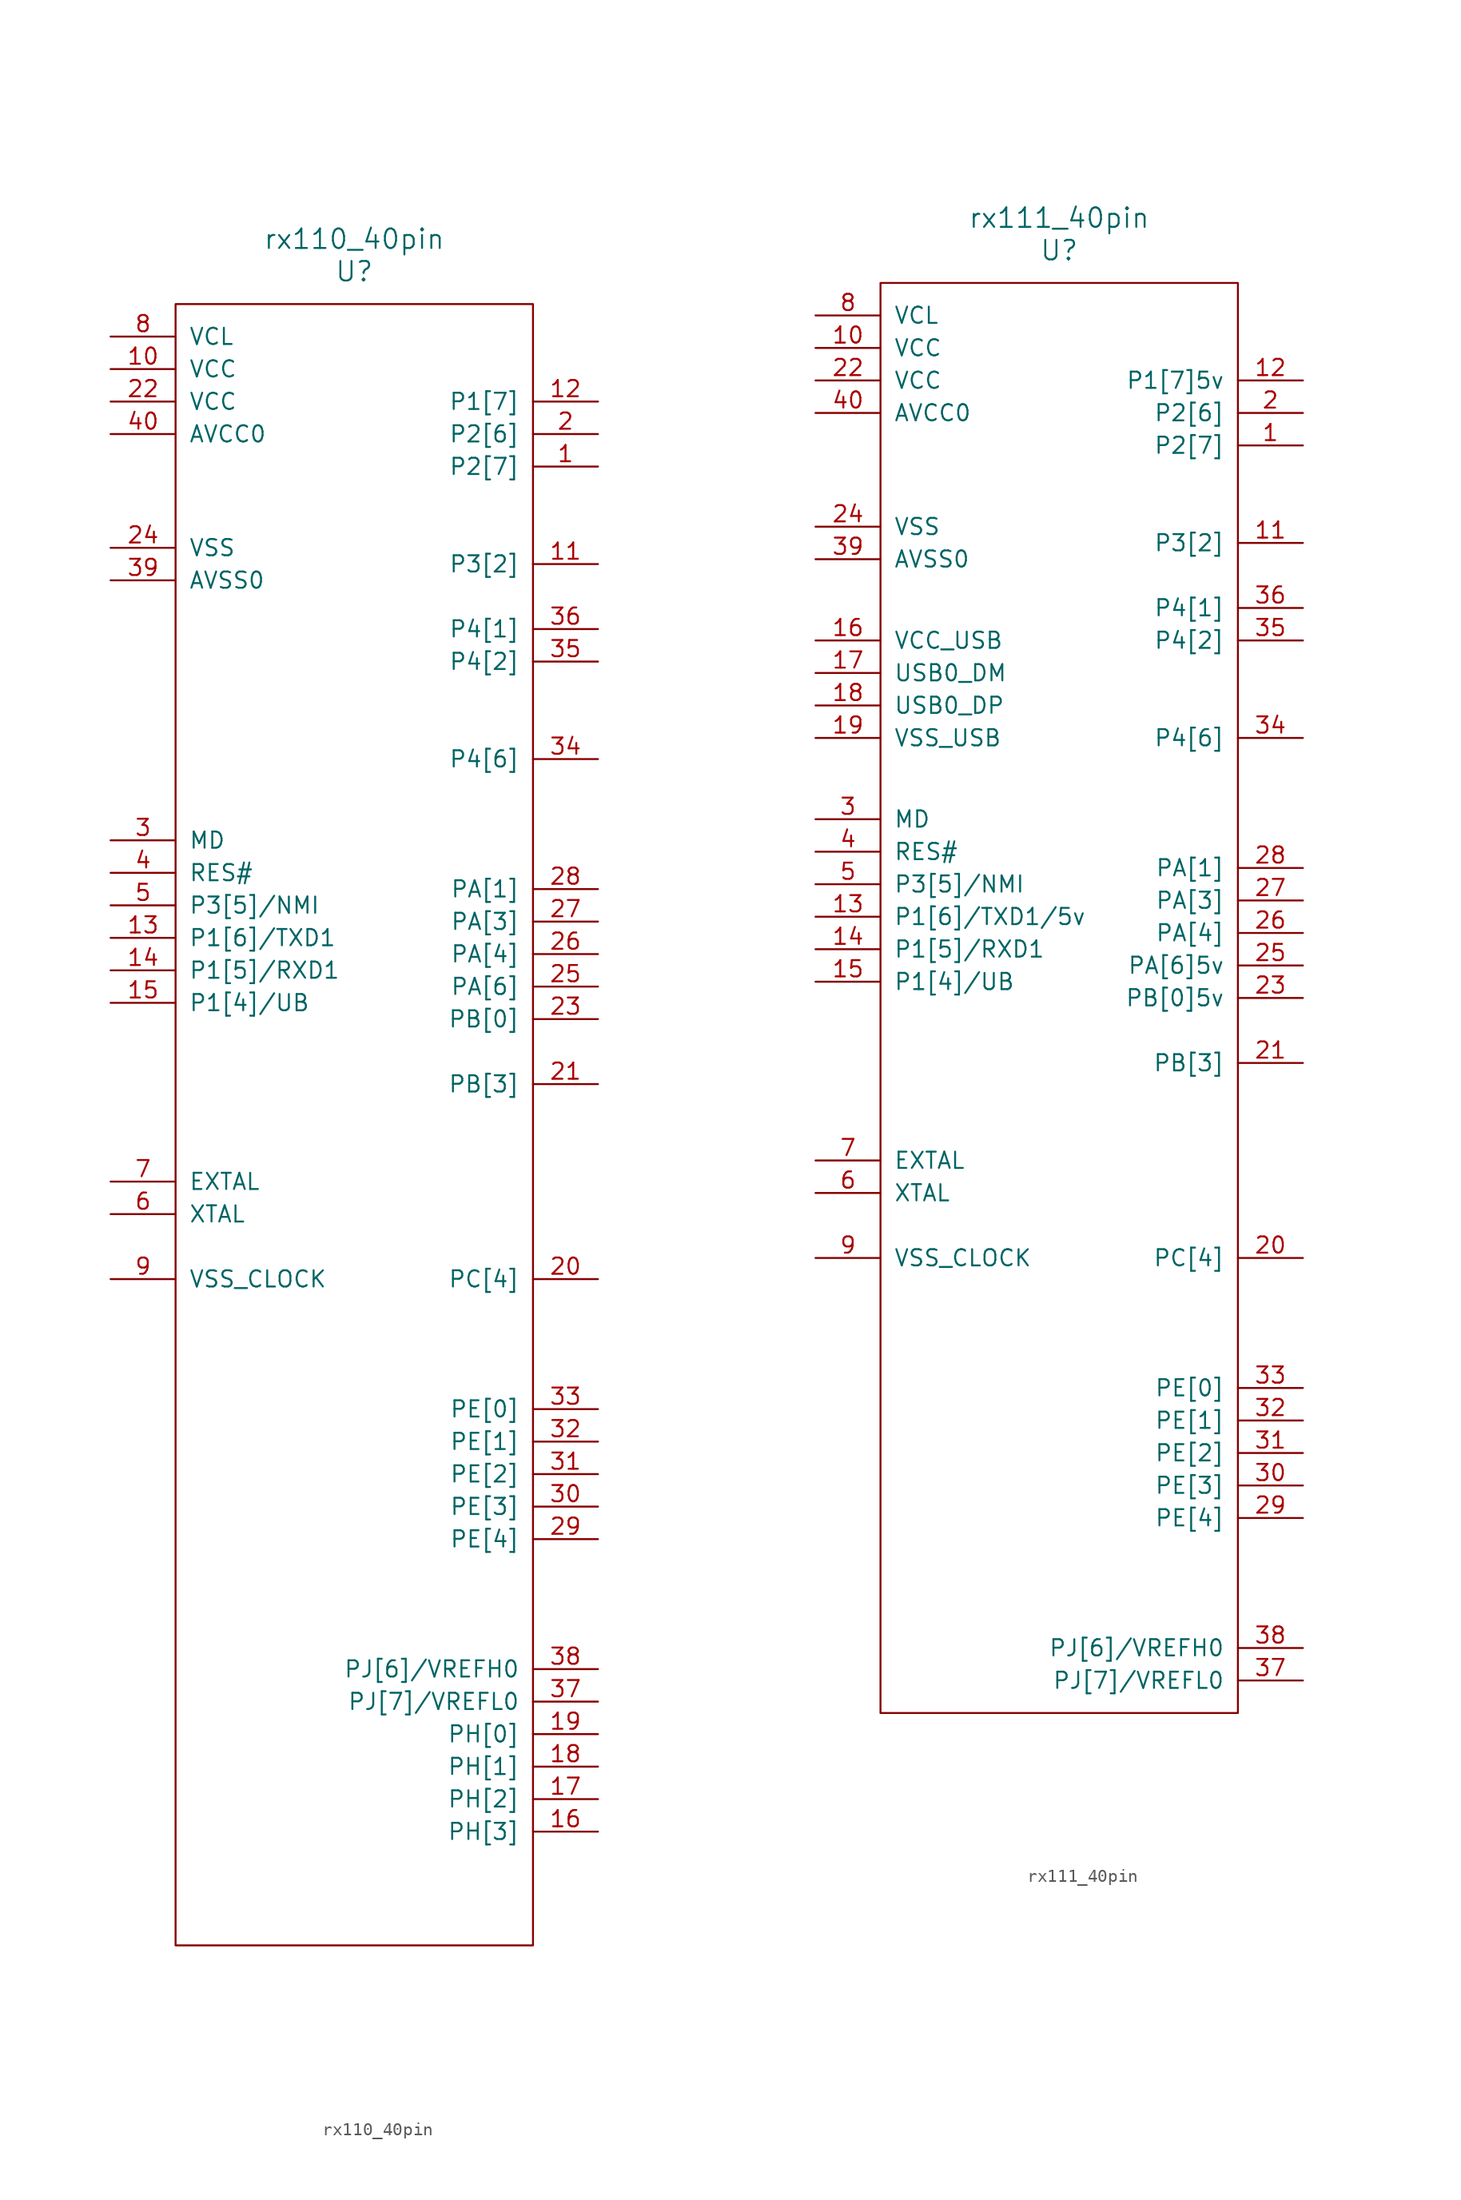
<source format=kicad_sym>
(kicad_symbol_lib
  (version 20211014)
  (generator kicad_symbol_editor)
  (symbol "rx110_40pin"
    (pin_names
      (offset 1.016))
    (property "Reference" "U"
      (at 0 38.1 0)
      (effects (font (size 1.524 1.524))))
    (property "Value" "rx110_40pin"
      (at 0 40.64 0)
      (effects (font (size 1.524 1.524))))
    (property "Footprint" ""
      (at 22.86 34.29 0)
      (effects (font (size 1.524 1.524))))
    (property "Datasheet" ""
      (at 22.86 34.29 0)
      (effects (font (size 1.524 1.524))))
    (symbol "rx110_40pin_0_1"
      (rectangle (start -13.97 35.56) (end 13.97 -92.71) (stroke (width 0) (type default) (color 0 0 0 0)) (fill (type none))))
    (symbol "rx110_40pin_1_1"
      (pin input line (at 19.05 22.86 180) (length 5.08) (name "P2[7]" (effects (font (size 1.27 1.27)))) (number "1" (effects (font (size 1.27 1.27)))))
      (pin input line (at -19.05 30.48 0) (length 5.08) (name "VCC" (effects (font (size 1.27 1.27)))) (number "10" (effects (font (size 1.27 1.27)))))
      (pin input line (at 19.05 15.24 180) (length 5.08) (name "P3[2]" (effects (font (size 1.27 1.27)))) (number "11" (effects (font (size 1.27 1.27)))))
      (pin input line (at 19.05 27.94 180) (length 5.08) (name "P1[7]" (effects (font (size 1.27 1.27)))) (number "12" (effects (font (size 1.27 1.27)))))
      (pin input line (at -19.05 -13.97 0) (length 5.08) (name "P1[6]/TXD1" (effects (font (size 1.27 1.27)))) (number "13" (effects (font (size 1.27 1.27)))))
      (pin input line (at -19.05 -16.51 0) (length 5.08) (name "P1[5]/RXD1" (effects (font (size 1.27 1.27)))) (number "14" (effects (font (size 1.27 1.27)))))
      (pin input line (at -19.05 -19.05 0) (length 5.08) (name "P1[4]/UB" (effects (font (size 1.27 1.27)))) (number "15" (effects (font (size 1.27 1.27)))))
      (pin input line (at 19.05 -83.82 180) (length 5.08) (name "PH[3]" (effects (font (size 1.27 1.27)))) (number "16" (effects (font (size 1.27 1.27)))))
      (pin input line (at 19.05 -81.28 180) (length 5.08) (name "PH[2]" (effects (font (size 1.27 1.27)))) (number "17" (effects (font (size 1.27 1.27)))))
      (pin input line (at 19.05 -78.74 180) (length 5.08) (name "PH[1]" (effects (font (size 1.27 1.27)))) (number "18" (effects (font (size 1.27 1.27)))))
      (pin input line (at 19.05 -76.2 180) (length 5.08) (name "PH[0]" (effects (font (size 1.27 1.27)))) (number "19" (effects (font (size 1.27 1.27)))))
      (pin input line (at 19.05 25.4 180) (length 5.08) (name "P2[6]" (effects (font (size 1.27 1.27)))) (number "2" (effects (font (size 1.27 1.27)))))
      (pin input line (at 19.05 -40.64 180) (length 5.08) (name "PC[4]" (effects (font (size 1.27 1.27)))) (number "20" (effects (font (size 1.27 1.27)))))
      (pin input line (at 19.05 -25.4 180) (length 5.08) (name "PB[3]" (effects (font (size 1.27 1.27)))) (number "21" (effects (font (size 1.27 1.27)))))
      (pin input line (at -19.05 27.94 0) (length 5.08) (name "VCC" (effects (font (size 1.27 1.27)))) (number "22" (effects (font (size 1.27 1.27)))))
      (pin input line (at 19.05 -20.32 180) (length 5.08) (name "PB[0]" (effects (font (size 1.27 1.27)))) (number "23" (effects (font (size 1.27 1.27)))))
      (pin input line (at -19.05 16.51 0) (length 5.08) (name "VSS" (effects (font (size 1.27 1.27)))) (number "24" (effects (font (size 1.27 1.27)))))
      (pin input line (at 19.05 -17.78 180) (length 5.08) (name "PA[6]" (effects (font (size 1.27 1.27)))) (number "25" (effects (font (size 1.27 1.27)))))
      (pin input line (at 19.05 -15.24 180) (length 5.08) (name "PA[4]" (effects (font (size 1.27 1.27)))) (number "26" (effects (font (size 1.27 1.27)))))
      (pin input line (at 19.05 -12.7 180) (length 5.08) (name "PA[3]" (effects (font (size 1.27 1.27)))) (number "27" (effects (font (size 1.27 1.27)))))
      (pin input line (at 19.05 -10.16 180) (length 5.08) (name "PA[1]" (effects (font (size 1.27 1.27)))) (number "28" (effects (font (size 1.27 1.27)))))
      (pin input line (at 19.05 -60.96 180) (length 5.08) (name "PE[4]" (effects (font (size 1.27 1.27)))) (number "29" (effects (font (size 1.27 1.27)))))
      (pin input line (at -19.05 -6.35 0) (length 5.08) (name "MD" (effects (font (size 1.27 1.27)))) (number "3" (effects (font (size 1.27 1.27)))))
      (pin input line (at 19.05 -58.42 180) (length 5.08) (name "PE[3]" (effects (font (size 1.27 1.27)))) (number "30" (effects (font (size 1.27 1.27)))))
      (pin input line (at 19.05 -55.88 180) (length 5.08) (name "PE[2]" (effects (font (size 1.27 1.27)))) (number "31" (effects (font (size 1.27 1.27)))))
      (pin input line (at 19.05 -53.34 180) (length 5.08) (name "PE[1]" (effects (font (size 1.27 1.27)))) (number "32" (effects (font (size 1.27 1.27)))))
      (pin input line (at 19.05 -50.8 180) (length 5.08) (name "PE[0]" (effects (font (size 1.27 1.27)))) (number "33" (effects (font (size 1.27 1.27)))))
      (pin input line (at 19.05 0 180) (length 5.08) (name "P4[6]" (effects (font (size 1.27 1.27)))) (number "34" (effects (font (size 1.27 1.27)))))
      (pin input line (at 19.05 7.62 180) (length 5.08) (name "P4[2]" (effects (font (size 1.27 1.27)))) (number "35" (effects (font (size 1.27 1.27)))))
      (pin input line (at 19.05 10.16 180) (length 5.08) (name "P4[1]" (effects (font (size 1.27 1.27)))) (number "36" (effects (font (size 1.27 1.27)))))
      (pin input line (at 19.05 -73.66 180) (length 5.08) (name "PJ[7]/VREFL0" (effects (font (size 1.27 1.27)))) (number "37" (effects (font (size 1.27 1.27)))))
      (pin input line (at 19.05 -71.12 180) (length 5.08) (name "PJ[6]/VREFH0" (effects (font (size 1.27 1.27)))) (number "38" (effects (font (size 1.27 1.27)))))
      (pin input line (at -19.05 13.97 0) (length 5.08) (name "AVSS0" (effects (font (size 1.27 1.27)))) (number "39" (effects (font (size 1.27 1.27)))))
      (pin input line (at -19.05 -8.89 0) (length 5.08) (name "RES#" (effects (font (size 1.27 1.27)))) (number "4" (effects (font (size 1.27 1.27)))))
      (pin input line (at -19.05 25.4 0) (length 5.08) (name "AVCC0" (effects (font (size 1.27 1.27)))) (number "40" (effects (font (size 1.27 1.27)))))
      (pin input line (at -19.05 -11.43 0) (length 5.08) (name "P3[5]/NMI" (effects (font (size 1.27 1.27)))) (number "5" (effects (font (size 1.27 1.27)))))
      (pin input line (at -19.05 -35.56 0) (length 5.08) (name "XTAL" (effects (font (size 1.27 1.27)))) (number "6" (effects (font (size 1.27 1.27)))))
      (pin input line (at -19.05 -33.02 0) (length 5.08) (name "EXTAL" (effects (font (size 1.27 1.27)))) (number "7" (effects (font (size 1.27 1.27)))))
      (pin input line (at -19.05 33.02 0) (length 5.08) (name "VCL" (effects (font (size 1.27 1.27)))) (number "8" (effects (font (size 1.27 1.27)))))
      (pin input line (at -19.05 -40.64 0) (length 5.08) (name "VSS_CLOCK" (effects (font (size 1.27 1.27)))) (number "9" (effects (font (size 1.27 1.27)))))))
  (symbol "rx111_40pin"
    (pin_names
      (offset 1.016))
    (property "Reference" "U"
      (at 0 38.1 0)
      (effects (font (size 1.524 1.524))))
    (property "Value" "rx111_40pin"
      (at 0 40.64 0)
      (effects (font (size 1.524 1.524))))
    (property "Footprint" ""
      (at 22.86 34.29 0)
      (effects (font (size 1.524 1.524))))
    (property "Datasheet" ""
      (at 22.86 34.29 0)
      (effects (font (size 1.524 1.524))))
    (symbol "rx111_40pin_0_1"
      (rectangle (start -13.97 35.56) (end 13.97 -76.2) (stroke (width 0) (type default) (color 0 0 0 0)) (fill (type none))))
    (symbol "rx111_40pin_1_1"
      (pin input line (at 19.05 22.86 180) (length 5.08) (name "P2[7]" (effects (font (size 1.27 1.27)))) (number "1" (effects (font (size 1.27 1.27)))))
      (pin input line (at -19.05 30.48 0) (length 5.08) (name "VCC" (effects (font (size 1.27 1.27)))) (number "10" (effects (font (size 1.27 1.27)))))
      (pin input line (at 19.05 15.24 180) (length 5.08) (name "P3[2]" (effects (font (size 1.27 1.27)))) (number "11" (effects (font (size 1.27 1.27)))))
      (pin input line (at 19.05 27.94 180) (length 5.08) (name "P1[7]5v" (effects (font (size 1.27 1.27)))) (number "12" (effects (font (size 1.27 1.27)))))
      (pin input line (at -19.05 -13.97 0) (length 5.08) (name "P1[6]/TXD1/5v" (effects (font (size 1.27 1.27)))) (number "13" (effects (font (size 1.27 1.27)))))
      (pin input line (at -19.05 -16.51 0) (length 5.08) (name "P1[5]/RXD1" (effects (font (size 1.27 1.27)))) (number "14" (effects (font (size 1.27 1.27)))))
      (pin input line (at -19.05 -19.05 0) (length 5.08) (name "P1[4]/UB" (effects (font (size 1.27 1.27)))) (number "15" (effects (font (size 1.27 1.27)))))
      (pin input line (at -19.05 7.62 0) (length 5.08) (name "VCC_USB" (effects (font (size 1.27 1.27)))) (number "16" (effects (font (size 1.27 1.27)))))
      (pin input line (at -19.05 5.08 0) (length 5.08) (name "USB0_DM" (effects (font (size 1.27 1.27)))) (number "17" (effects (font (size 1.27 1.27)))))
      (pin input line (at -19.05 2.54 0) (length 5.08) (name "USB0_DP" (effects (font (size 1.27 1.27)))) (number "18" (effects (font (size 1.27 1.27)))))
      (pin input line (at -19.05 0 0) (length 5.08) (name "VSS_USB" (effects (font (size 1.27 1.27)))) (number "19" (effects (font (size 1.27 1.27)))))
      (pin input line (at 19.05 25.4 180) (length 5.08) (name "P2[6]" (effects (font (size 1.27 1.27)))) (number "2" (effects (font (size 1.27 1.27)))))
      (pin input line (at 19.05 -40.64 180) (length 5.08) (name "PC[4]" (effects (font (size 1.27 1.27)))) (number "20" (effects (font (size 1.27 1.27)))))
      (pin input line (at 19.05 -25.4 180) (length 5.08) (name "PB[3]" (effects (font (size 1.27 1.27)))) (number "21" (effects (font (size 1.27 1.27)))))
      (pin input line (at -19.05 27.94 0) (length 5.08) (name "VCC" (effects (font (size 1.27 1.27)))) (number "22" (effects (font (size 1.27 1.27)))))
      (pin input line (at 19.05 -20.32 180) (length 5.08) (name "PB[0]5v" (effects (font (size 1.27 1.27)))) (number "23" (effects (font (size 1.27 1.27)))))
      (pin input line (at -19.05 16.51 0) (length 5.08) (name "VSS" (effects (font (size 1.27 1.27)))) (number "24" (effects (font (size 1.27 1.27)))))
      (pin input line (at 19.05 -17.78 180) (length 5.08) (name "PA[6]5v" (effects (font (size 1.27 1.27)))) (number "25" (effects (font (size 1.27 1.27)))))
      (pin input line (at 19.05 -15.24 180) (length 5.08) (name "PA[4]" (effects (font (size 1.27 1.27)))) (number "26" (effects (font (size 1.27 1.27)))))
      (pin input line (at 19.05 -12.7 180) (length 5.08) (name "PA[3]" (effects (font (size 1.27 1.27)))) (number "27" (effects (font (size 1.27 1.27)))))
      (pin input line (at 19.05 -10.16 180) (length 5.08) (name "PA[1]" (effects (font (size 1.27 1.27)))) (number "28" (effects (font (size 1.27 1.27)))))
      (pin input line (at 19.05 -60.96 180) (length 5.08) (name "PE[4]" (effects (font (size 1.27 1.27)))) (number "29" (effects (font (size 1.27 1.27)))))
      (pin input line (at -19.05 -6.35 0) (length 5.08) (name "MD" (effects (font (size 1.27 1.27)))) (number "3" (effects (font (size 1.27 1.27)))))
      (pin input line (at 19.05 -58.42 180) (length 5.08) (name "PE[3]" (effects (font (size 1.27 1.27)))) (number "30" (effects (font (size 1.27 1.27)))))
      (pin input line (at 19.05 -55.88 180) (length 5.08) (name "PE[2]" (effects (font (size 1.27 1.27)))) (number "31" (effects (font (size 1.27 1.27)))))
      (pin input line (at 19.05 -53.34 180) (length 5.08) (name "PE[1]" (effects (font (size 1.27 1.27)))) (number "32" (effects (font (size 1.27 1.27)))))
      (pin input line (at 19.05 -50.8 180) (length 5.08) (name "PE[0]" (effects (font (size 1.27 1.27)))) (number "33" (effects (font (size 1.27 1.27)))))
      (pin input line (at 19.05 0 180) (length 5.08) (name "P4[6]" (effects (font (size 1.27 1.27)))) (number "34" (effects (font (size 1.27 1.27)))))
      (pin input line (at 19.05 7.62 180) (length 5.08) (name "P4[2]" (effects (font (size 1.27 1.27)))) (number "35" (effects (font (size 1.27 1.27)))))
      (pin input line (at 19.05 10.16 180) (length 5.08) (name "P4[1]" (effects (font (size 1.27 1.27)))) (number "36" (effects (font (size 1.27 1.27)))))
      (pin input line (at 19.05 -73.66 180) (length 5.08) (name "PJ[7]/VREFL0" (effects (font (size 1.27 1.27)))) (number "37" (effects (font (size 1.27 1.27)))))
      (pin input line (at 19.05 -71.12 180) (length 5.08) (name "PJ[6]/VREFH0" (effects (font (size 1.27 1.27)))) (number "38" (effects (font (size 1.27 1.27)))))
      (pin input line (at -19.05 13.97 0) (length 5.08) (name "AVSS0" (effects (font (size 1.27 1.27)))) (number "39" (effects (font (size 1.27 1.27)))))
      (pin input line (at -19.05 -8.89 0) (length 5.08) (name "RES#" (effects (font (size 1.27 1.27)))) (number "4" (effects (font (size 1.27 1.27)))))
      (pin input line (at -19.05 25.4 0) (length 5.08) (name "AVCC0" (effects (font (size 1.27 1.27)))) (number "40" (effects (font (size 1.27 1.27)))))
      (pin input line (at -19.05 -11.43 0) (length 5.08) (name "P3[5]/NMI" (effects (font (size 1.27 1.27)))) (number "5" (effects (font (size 1.27 1.27)))))
      (pin input line (at -19.05 -35.56 0) (length 5.08) (name "XTAL" (effects (font (size 1.27 1.27)))) (number "6" (effects (font (size 1.27 1.27)))))
      (pin input line (at -19.05 -33.02 0) (length 5.08) (name "EXTAL" (effects (font (size 1.27 1.27)))) (number "7" (effects (font (size 1.27 1.27)))))
      (pin input line (at -19.05 33.02 0) (length 5.08) (name "VCL" (effects (font (size 1.27 1.27)))) (number "8" (effects (font (size 1.27 1.27)))))
      (pin input line (at -19.05 -40.64 0) (length 5.08) (name "VSS_CLOCK" (effects (font (size 1.27 1.27)))) (number "9" (effects (font (size 1.27 1.27))))))))
</source>
